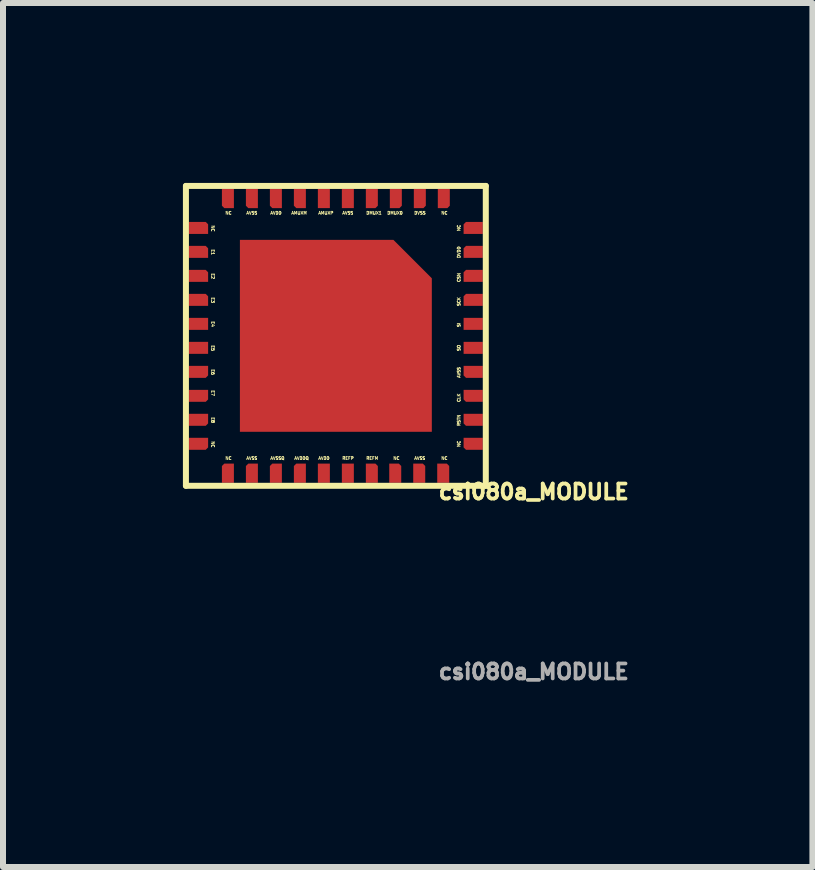
<source format=kicad_pcb>
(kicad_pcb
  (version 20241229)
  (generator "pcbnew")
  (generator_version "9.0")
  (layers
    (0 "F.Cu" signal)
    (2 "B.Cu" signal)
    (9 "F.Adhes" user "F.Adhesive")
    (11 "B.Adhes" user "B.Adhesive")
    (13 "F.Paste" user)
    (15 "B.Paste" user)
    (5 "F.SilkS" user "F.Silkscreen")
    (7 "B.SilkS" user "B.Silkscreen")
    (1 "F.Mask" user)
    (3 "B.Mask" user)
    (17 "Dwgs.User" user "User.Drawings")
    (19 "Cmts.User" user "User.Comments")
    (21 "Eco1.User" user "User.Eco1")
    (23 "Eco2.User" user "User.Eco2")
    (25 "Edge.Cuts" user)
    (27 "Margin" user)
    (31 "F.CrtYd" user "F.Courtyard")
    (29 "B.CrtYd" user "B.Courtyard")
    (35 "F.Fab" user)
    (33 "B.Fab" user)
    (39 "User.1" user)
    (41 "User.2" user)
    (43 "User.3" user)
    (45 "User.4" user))
  (footprint "csi080a_MODULE"
    (layer "F.Cu")
    (at 5.85 5.65)
    (property "Reference" "csi080a_MODULE" (at 0 -0.5 0) (unlocked yes) (layer "F.SilkS") (effects (font (size 0.25 0.25) (thickness 0.062))))
    (attr smd)
    (fp_line (start -5.8 -5.6) (end -0.8 -5.6) (stroke (width 0.1) (type default)) (layer "F.SilkS"))
    (fp_line (start -5.8 -0.6) (end -5.8 -5.6) (stroke (width 0.1) (type default)) (layer "F.SilkS"))
    (fp_line (start -0.8 -5.6) (end -0.8 -0.6) (stroke (width 0.1) (type default)) (layer "F.SilkS"))
    (fp_line (start -0.8 -0.6) (end -5.8 -0.6) (stroke (width 0.1) (type default)) (layer "F.SilkS"))
    (fp_text user "E8" (at -5.38 -1.75 270) (unlocked yes) (layer "F.SilkS") (effects (font (size 0.05 0.05) (thickness 0.013)) (justify left bottom)))
    (fp_text user "E4" (at -5.38 -3.35 270) (unlocked yes) (layer "F.SilkS") (effects (font (size 0.05 0.05) (thickness 0.013)) (justify left bottom)))
    (fp_text user "AVSS" (at -4.8 -1.03 0) (unlocked yes) (layer "F.SilkS") (effects (font (size 0.05 0.05) (thickness 0.013)) (justify left bottom)))
    (fp_text user "AMUXP" (at -3.6 -5.12 0) (unlocked yes) (layer "F.SilkS") (effects (font (size 0.05 0.05) (thickness 0.013)) (justify left bottom)))
    (fp_text user "NC" (at -5.38 -1.35 270) (unlocked yes) (layer "F.SilkS") (effects (font (size 0.05 0.05) (thickness 0.013)) (justify left bottom)))
    (fp_text user "NC" (at -5.15 -1.03 0) (unlocked yes) (layer "F.SilkS") (effects (font (size 0.05 0.05) (thickness 0.013)) (justify left bottom)))
    (fp_text user "SI" (at -1.22 -3.24 90) (unlocked yes) (layer "F.SilkS") (effects (font (size 0.05 0.05) (thickness 0.013)) (justify left bottom)))
    (fp_text user "SO" (at -1.22 -2.84 90) (unlocked yes) (layer "F.SilkS") (effects (font (size 0.05 0.05) (thickness 0.013)) (justify left bottom)))
    (fp_text user "AVDD" (at -4.4 -5.12 0) (unlocked yes) (layer "F.SilkS") (effects (font (size 0.05 0.05) (thickness 0.013)) (justify left bottom)))
    (fp_text user "NC" (at -1.22 -4.84 90) (unlocked yes) (layer "F.SilkS") (effects (font (size 0.05 0.05) (thickness 0.013)) (justify left bottom)))
    (fp_text user "E2" (at -5.38 -4.15 270) (unlocked yes) (layer "F.SilkS") (effects (font (size 0.05 0.05) (thickness 0.013)) (justify left bottom)))
    (fp_text user "AMUXM" (at -4.05 -5.12 0) (unlocked yes) (layer "F.SilkS") (effects (font (size 0.05 0.05) (thickness 0.013)) (justify left bottom)))
    (fp_text user "REFP" (at -3.2 -1.03 0) (unlocked yes) (layer "F.SilkS") (effects (font (size 0.05 0.05) (thickness 0.013)) (justify left bottom)))
    (fp_text user "REFM" (at -2.8 -1.03 0) (unlocked yes) (layer "F.SilkS") (effects (font (size 0.05 0.05) (thickness 0.013)) (justify left bottom)))
    (fp_text user "NC" (at -5.38 -4.95 270) (unlocked yes) (layer "F.SilkS") (effects (font (size 0.05 0.05) (thickness 0.013)) (justify left bottom)))
    (fp_text user "AVSS" (at -1.22 -2.39 90) (unlocked yes) (layer "F.SilkS") (effects (font (size 0.05 0.05) (thickness 0.013)) (justify left bottom)))
    (fp_text user "AVSSQ" (at -4.4 -1.03 0) (unlocked yes) (layer "F.SilkS") (effects (font (size 0.05 0.05) (thickness 0.013)) (justify left bottom)))
    (fp_text user "NC" (at -1.55 -1.03 0) (unlocked yes) (layer "F.SilkS") (effects (font (size 0.05 0.05) (thickness 0.013)) (justify left bottom)))
    (fp_text user "AVDDQ" (at -4 -1.03 0) (unlocked yes) (layer "F.SilkS") (effects (font (size 0.05 0.05) (thickness 0.013)) (justify left bottom)))
    (fp_text user "RSTN" (at -1.22 -1.59 90) (unlocked yes) (layer "F.SilkS") (effects (font (size 0.05 0.05) (thickness 0.013)) (justify left bottom)))
    (fp_text user "AVDD" (at -3.6 -1.03 0) (unlocked yes) (layer "F.SilkS") (effects (font (size 0.05 0.05) (thickness 0.013)) (justify left bottom)))
    (fp_text user "E1" (at -5.38 -4.55 270) (unlocked yes) (layer "F.SilkS") (effects (font (size 0.05 0.05) (thickness 0.013)) (justify left bottom)))
    (fp_text user "DVSS" (at -2 -5.12 0) (unlocked yes) (layer "F.SilkS") (effects (font (size 0.05 0.05) (thickness 0.013)) (justify left bottom)))
    (fp_text user "NC" (at -2.35 -1.03 0) (unlocked yes) (layer "F.SilkS") (effects (font (size 0.05 0.05) (thickness 0.013)) (justify left bottom)))
    (fp_text user "NC" (at -1.55 -5.12 0) (unlocked yes) (layer "F.SilkS") (effects (font (size 0.05 0.05) (thickness 0.013)) (justify left bottom)))
    (fp_text user "DMUX1" (at -2.8 -5.12 0) (unlocked yes) (layer "F.SilkS") (effects (font (size 0.05 0.05) (thickness 0.013)) (justify left bottom)))
    (fp_text user "E7" (at -5.38 -2.2 270) (unlocked yes) (layer "F.SilkS") (effects (font (size 0.05 0.05) (thickness 0.013)) (justify left bottom)))
    (fp_text user "AVSS" (at -3.2 -5.12 0) (unlocked yes) (layer "F.SilkS") (effects (font (size 0.05 0.05) (thickness 0.013)) (justify left bottom)))
    (fp_text user "AVSS" (at -4.8 -5.12 0) (unlocked yes) (layer "F.SilkS") (effects (font (size 0.05 0.05) (thickness 0.013)) (justify left bottom)))
    (fp_text user "E5" (at -5.38 -2.95 270) (unlocked yes) (layer "F.SilkS") (effects (font (size 0.05 0.05) (thickness 0.013)) (justify left bottom)))
    (fp_text user "E6" (at -5.38 -2.55 270) (unlocked yes) (layer "F.SilkS") (effects (font (size 0.05 0.05) (thickness 0.013)) (justify left bottom)))
    (fp_text user "CLK" (at -1.22 -1.99 90) (unlocked yes) (layer "F.SilkS") (effects (font (size 0.05 0.05) (thickness 0.013)) (justify left bottom)))
    (fp_text user "CSN" (at -1.22 -3.99 90) (unlocked yes) (layer "F.SilkS") (effects (font (size 0.05 0.05) (thickness 0.013)) (justify left bottom)))
    (fp_text user "DMUX0" (at -2.45 -5.12 0) (unlocked yes) (layer "F.SilkS") (effects (font (size 0.05 0.05) (thickness 0.013)) (justify left bottom)))
    (fp_text user "NC" (at -5.15 -5.12 0) (unlocked yes) (layer "F.SilkS") (effects (font (size 0.05 0.05) (thickness 0.013)) (justify left bottom)))
    (fp_text user "SCK" (at -1.22 -3.59 90) (unlocked yes) (layer "F.SilkS") (effects (font (size 0.05 0.05) (thickness 0.013)) (justify left bottom)))
    (fp_text user "NC" (at -1.22 -1.24 90) (unlocked yes) (layer "F.SilkS") (effects (font (size 0.05 0.05) (thickness 0.013)) (justify left bottom)))
    (fp_text user "AVSS" (at -2 -1.03 0) (unlocked yes) (layer "F.SilkS") (effects (font (size 0.05 0.05) (thickness 0.013)) (justify left bottom)))
    (fp_text user "E3" (at -5.38 -3.75 270) (unlocked yes) (layer "F.SilkS") (effects (font (size 0.05 0.05) (thickness 0.013)) (justify left bottom)))
    (fp_text user "DVDD" (at -1.22 -4.39 90) (unlocked yes) (layer "F.SilkS") (effects (font (size 0.05 0.05) (thickness 0.013)) (justify left bottom)))
    (fp_text user "${REFERENCE}" (at 0 2.5 0) (unlocked yes) (layer "F.Fab") (effects (font (size 0.25 0.25) (thickness 0.062))))
    (pad "1" smd roundrect (at -5.1 -5.39) (size 0.2 0.32) (layers "F.Cu" "F.Mask" "F.Paste") (roundrect_rratio 0) (chamfer_ratio 0.2) (chamfer bottom_left))
    (pad "2" smd roundrect (at -4.7 -5.39) (size 0.2 0.32) (layers "F.Cu" "F.Mask" "F.Paste") (roundrect_rratio 0) (chamfer_ratio 0.2) (chamfer bottom_left))
    (pad "3" smd roundrect (at -4.3 -5.39) (size 0.2 0.32) (layers "F.Cu" "F.Mask" "F.Paste") (roundrect_rratio 0) (chamfer_ratio 0.2) (chamfer bottom_left))
    (pad "4" smd roundrect (at -3.9 -5.39) (size 0.2 0.32) (layers "F.Cu" "F.Mask" "F.Paste") (roundrect_rratio 0) (chamfer_ratio 0.2) (chamfer bottom_left))
    (pad "5" smd rect (at -3.5 -5.39) (size 0.2 0.32) (layers "F.Cu" "F.Mask" "F.Paste"))
    (pad "6" smd rect (at -3.1 -5.39) (size 0.2 0.32) (layers "F.Cu" "F.Mask" "F.Paste"))
    (pad "7" smd roundrect (at -2.7 -5.39) (size 0.2 0.32) (layers "F.Cu" "F.Mask" "F.Paste") (roundrect_rratio 0) (chamfer_ratio 0.2) (chamfer bottom_right))
    (pad "8" smd roundrect (at -2.3 -5.39) (size 0.2 0.32) (layers "F.Cu" "F.Mask" "F.Paste") (roundrect_rratio 0) (chamfer_ratio 0.2) (chamfer bottom_right))
    (pad "9" smd roundrect (at -1.9 -5.39) (size 0.2 0.32) (layers "F.Cu" "F.Mask" "F.Paste") (roundrect_rratio 0) (chamfer_ratio 0.2) (chamfer bottom_right))
    (pad "10" smd roundrect (at -1.5 -5.39) (size 0.2 0.32) (layers "F.Cu" "F.Mask" "F.Paste") (roundrect_rratio 0) (chamfer_ratio 0.2) (chamfer bottom_right))
    (pad "11" smd roundrect (at -1.01 -4.9 90) (size 0.2 0.32) (layers "F.Cu" "F.Mask" "F.Paste") (roundrect_rratio 0) (chamfer_ratio 0.2) (chamfer top_right))
    (pad "12" smd roundrect (at -1.01 -4.5 90) (size 0.2 0.32) (layers "F.Cu" "F.Mask" "F.Paste") (roundrect_rratio 0) (chamfer_ratio 0.2) (chamfer top_right))
    (pad "13" smd roundrect (at -1.01 -4.1 90) (size 0.2 0.32) (layers "F.Cu" "F.Mask" "F.Paste") (roundrect_rratio 0) (chamfer_ratio 0.2) (chamfer top_right))
    (pad "14" smd roundrect (at -1.01 -3.7 90) (size 0.2 0.32) (layers "F.Cu" "F.Mask" "F.Paste") (roundrect_rratio 0) (chamfer_ratio 0.2) (chamfer top_right))
    (pad "15" smd rect (at -1.01 -3.3 90) (size 0.2 0.32) (layers "F.Cu" "F.Mask" "F.Paste"))
    (pad "16" smd rect (at -1.01 -2.9 90) (size 0.2 0.32) (layers "F.Cu" "F.Mask" "F.Paste"))
    (pad "17" smd roundrect (at -1.01 -2.5 90) (size 0.2 0.32) (layers "F.Cu" "F.Mask" "F.Paste") (roundrect_rratio 0) (chamfer_ratio 0.2) (chamfer top_left))
    (pad "18" smd roundrect (at -1.01 -2.1 90) (size 0.2 0.32) (layers "F.Cu" "F.Mask" "F.Paste") (roundrect_rratio 0) (chamfer_ratio 0.2) (chamfer top_left))
    (pad "19" smd roundrect (at -1.01 -1.7 90) (size 0.2 0.32) (layers "F.Cu" "F.Mask" "F.Paste") (roundrect_rratio 0) (chamfer_ratio 0.2) (chamfer top_left))
    (pad "20" smd roundrect (at -1.01 -1.3 90) (size 0.2 0.32) (layers "F.Cu" "F.Mask" "F.Paste") (roundrect_rratio 0) (chamfer_ratio 0.2) (chamfer top_left))
    (pad "21" smd roundrect (at -1.51 -0.81 180) (size 0.2 0.32) (layers "F.Cu" "F.Mask" "F.Paste") (roundrect_rratio 0) (chamfer_ratio 0.2) (chamfer bottom_left))
    (pad "22" smd roundrect (at -1.91 -0.81 180) (size 0.2 0.32) (layers "F.Cu" "F.Mask" "F.Paste") (roundrect_rratio 0) (chamfer_ratio 0.2) (chamfer bottom_left))
    (pad "23" smd roundrect (at -2.31 -0.81 180) (size 0.2 0.32) (layers "F.Cu" "F.Mask" "F.Paste") (roundrect_rratio 0) (chamfer_ratio 0.2) (chamfer bottom_left))
    (pad "24" smd roundrect (at -2.7 -0.81 180) (size 0.2 0.32) (layers "F.Cu" "F.Mask" "F.Paste") (roundrect_rratio 0) (chamfer_ratio 0.2) (chamfer bottom_left))
    (pad "25" smd rect (at -3.1 -0.81 180) (size 0.2 0.32) (layers "F.Cu" "F.Mask" "F.Paste"))
    (pad "26" smd rect (at -3.5 -0.81 180) (size 0.2 0.32) (layers "F.Cu" "F.Mask" "F.Paste"))
    (pad "27" smd roundrect (at -3.9 -0.81 180) (size 0.2 0.32) (layers "F.Cu" "F.Mask" "F.Paste") (roundrect_rratio 0) (chamfer_ratio 0.2) (chamfer bottom_right))
    (pad "28" smd roundrect (at -4.3 -0.81 180) (size 0.2 0.32) (layers "F.Cu" "F.Mask" "F.Paste") (roundrect_rratio 0) (chamfer_ratio 0.2) (chamfer bottom_right))
    (pad "29" smd roundrect (at -4.7 -0.81 180) (size 0.2 0.32) (layers "F.Cu" "F.Mask" "F.Paste") (roundrect_rratio 0) (chamfer_ratio 0.2) (chamfer bottom_right))
    (pad "30" smd roundrect (at -5.1 -0.81 180) (size 0.2 0.32) (layers "F.Cu" "F.Mask" "F.Paste") (roundrect_rratio 0) (chamfer_ratio 0.2) (chamfer bottom_right))
    (pad "31" smd roundrect (at -5.59 -1.3 270) (size 0.2 0.32) (layers "F.Cu" "F.Mask" "F.Paste") (roundrect_rratio 0) (chamfer_ratio 0.2) (chamfer top_right))
    (pad "32" smd roundrect (at -5.59 -1.7 270) (size 0.2 0.32) (layers "F.Cu" "F.Mask" "F.Paste") (roundrect_rratio 0) (chamfer_ratio 0.2) (chamfer top_right))
    (pad "33" smd roundrect (at -5.59 -2.1 270) (size 0.2 0.32) (layers "F.Cu" "F.Mask" "F.Paste") (roundrect_rratio 0) (chamfer_ratio 0.2) (chamfer top_right))
    (pad "34" smd roundrect (at -5.59 -2.5 270) (size 0.2 0.32) (layers "F.Cu" "F.Mask" "F.Paste") (roundrect_rratio 0) (chamfer_ratio 0.2) (chamfer top_right))
    (pad "35" smd rect (at -5.59 -2.9 270) (size 0.2 0.32) (layers "F.Cu" "F.Mask" "F.Paste"))
    (pad "36" smd rect (at -5.59 -3.3 270) (size 0.2 0.32) (layers "F.Cu" "F.Mask" "F.Paste"))
    (pad "37" smd roundrect (at -5.59 -3.7 270) (size 0.2 0.32) (layers "F.Cu" "F.Mask" "F.Paste") (roundrect_rratio 0) (chamfer_ratio 0.2) (chamfer top_left))
    (pad "38" smd roundrect (at -5.59 -4.1 270) (size 0.2 0.32) (layers "F.Cu" "F.Mask" "F.Paste") (roundrect_rratio 0) (chamfer_ratio 0.2) (chamfer top_left))
    (pad "39" smd roundrect (at -5.59 -4.5 270) (size 0.2 0.32) (layers "F.Cu" "F.Mask" "F.Paste") (roundrect_rratio 0) (chamfer_ratio 0.2) (chamfer top_left))
    (pad "40" smd roundrect (at -5.59 -4.9 270) (size 0.2 0.32) (layers "F.Cu" "F.Mask" "F.Paste") (roundrect_rratio 0) (chamfer_ratio 0.2) (chamfer top_left))
    (pad "41" smd roundrect (at -3.3 -3.1) (size 3.2 3.2) (layers "F.Cu" "F.Mask" "F.Paste") (roundrect_rratio 0) (chamfer_ratio 0.2) (chamfer top_right))
    (zone (net_name "") (layer "F.SilkS") (hatch edge 0.2) (connect_pads) (min_thickness 0.25) (filled_areas_thickness no) (keepout (tracks allowed) (vias allowed) (pads not_allowed) (copperpour allowed) (footprints not_allowed)) (placement (enabled no)) (fill) (polygon (pts (xy 0.05 0.05) (xy 5.05 0.05) (xy 5.05 5.05) (xy 0.05 5.05)))))
  (gr_rect
    (start -3 -3)
    (end 10.496 11.406)
    (stroke (width 0.1) (type default))
    (fill no)
    (layer "Edge.Cuts")))
</source>
